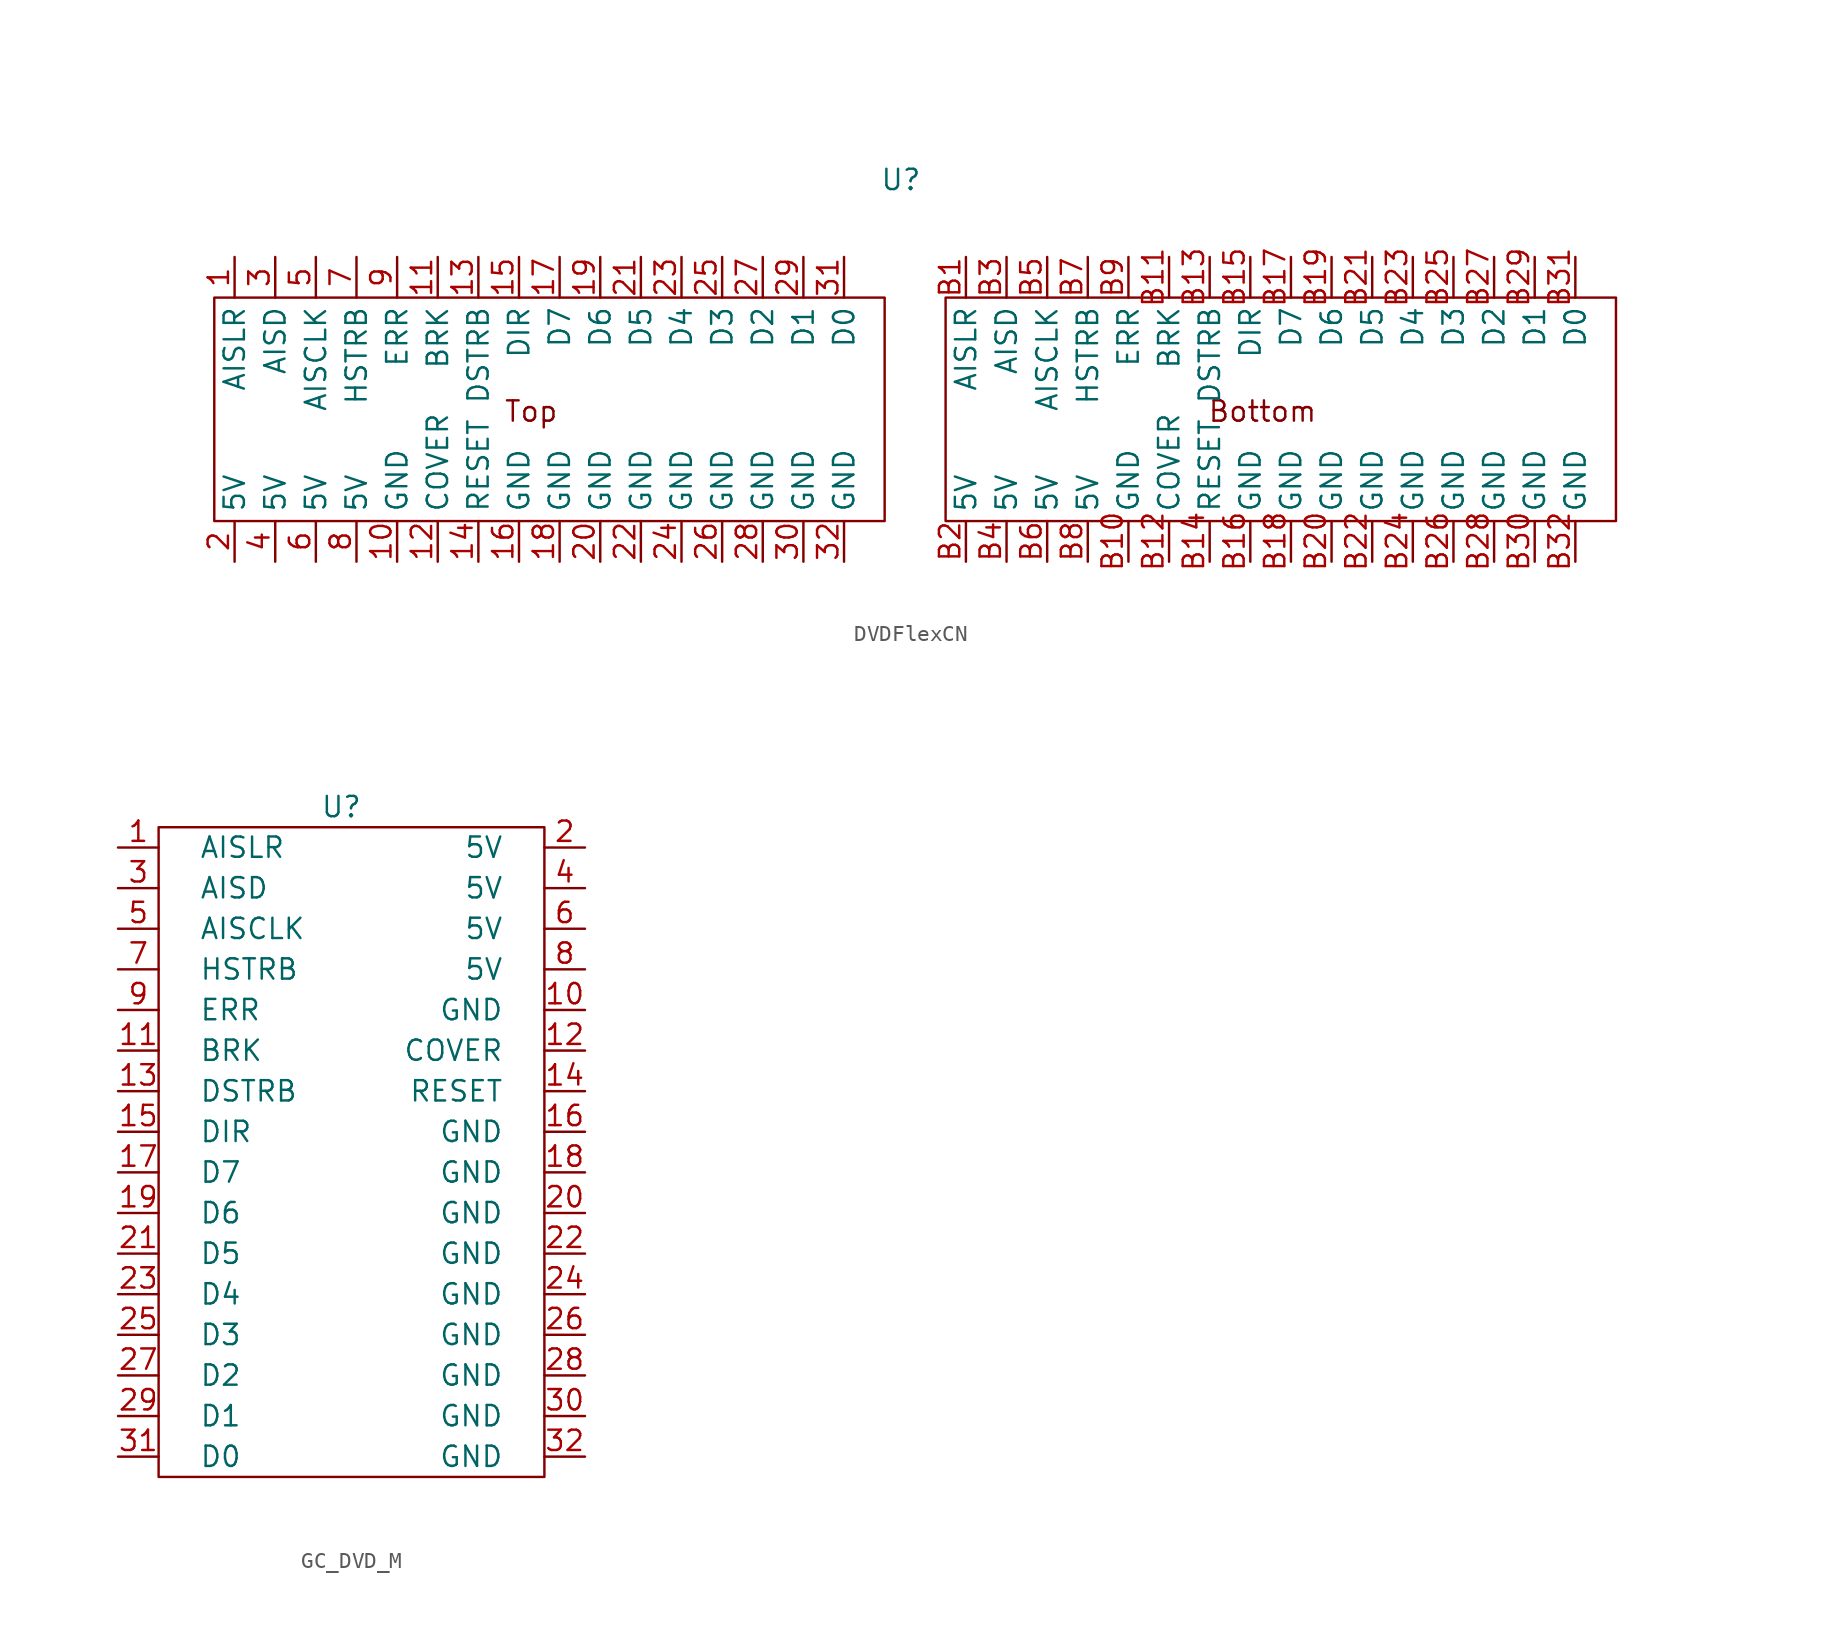
<source format=kicad_sym>
(kicad_symbol_lib
  (version 20241209)
  (generator "kicad_symbol_editor")
  (generator_version "9.0")
  (symbol "DVDFlexCN"
    (property "Reference" "U"
      (at 23.876 -4.064 0)
      (effects (font (size 1.27 1.27))))
    (property "Value" ""
      (at 0 0 0)
      (effects (font (size 1.27 1.27))))
    (property "ki_locked" ""
      (at 0 0 0)
      (effects (font (size 1.27 1.27))))
    (symbol "DVDFlexCN_1_1"
      (rectangle (start -19.05 -11.43) (end 22.86 -25.4) (stroke (width 0) (type default)) (fill (type none)))
      (rectangle (start 26.67 -11.43) (end 68.58 -25.4) (stroke (width 0) (type default)) (fill (type none)))
      (text "Top" (at 0.762 -18.542 0) (effects (font (size 1.27 1.27))))
      (text "Bottom" (at 46.482 -18.542 0) (effects (font (size 1.27 1.27))))
      (pin passive line (at -17.78 -8.89 270) (length 2.54) (name "AISLR" (effects (font (size 1.27 1.27)))) (number "1" (effects (font (size 1.27 1.27)))))
      (pin passive line (at -17.78 -27.94 90) (length 2.54) (name "5V" (effects (font (size 1.27 1.27)))) (number "2" (effects (font (size 1.27 1.27)))))
      (pin passive line (at -15.24 -8.89 270) (length 2.54) (name "AISD" (effects (font (size 1.27 1.27)))) (number "3" (effects (font (size 1.27 1.27)))))
      (pin passive line (at -15.24 -27.94 90) (length 2.54) (name "5V" (effects (font (size 1.27 1.27)))) (number "4" (effects (font (size 1.27 1.27)))))
      (pin passive line (at -12.7 -8.89 270) (length 2.54) (name "AISCLK" (effects (font (size 1.27 1.27)))) (number "5" (effects (font (size 1.27 1.27)))))
      (pin passive line (at -12.7 -27.94 90) (length 2.54) (name "5V" (effects (font (size 1.27 1.27)))) (number "6" (effects (font (size 1.27 1.27)))))
      (pin passive line (at -10.16 -8.89 270) (length 2.54) (name "HSTRB" (effects (font (size 1.27 1.27)))) (number "7" (effects (font (size 1.27 1.27)))))
      (pin passive line (at -10.16 -27.94 90) (length 2.54) (name "5V" (effects (font (size 1.27 1.27)))) (number "8" (effects (font (size 1.27 1.27)))))
      (pin passive line (at -7.62 -8.89 270) (length 2.54) (name "ERR" (effects (font (size 1.27 1.27)))) (number "9" (effects (font (size 1.27 1.27)))))
      (pin passive line (at -7.62 -27.94 90) (length 2.54) (name "GND" (effects (font (size 1.27 1.27)))) (number "10" (effects (font (size 1.27 1.27)))))
      (pin passive line (at -5.08 -8.89 270) (length 2.54) (name "BRK" (effects (font (size 1.27 1.27)))) (number "11" (effects (font (size 1.27 1.27)))))
      (pin passive line (at -5.08 -27.94 90) (length 2.54) (name "COVER" (effects (font (size 1.27 1.27)))) (number "12" (effects (font (size 1.27 1.27)))))
      (pin passive line (at -2.54 -8.89 270) (length 2.54) (name "DSTRB" (effects (font (size 1.27 1.27)))) (number "13" (effects (font (size 1.27 1.27)))))
      (pin passive line (at -2.54 -27.94 90) (length 2.54) (name "RESET" (effects (font (size 1.27 1.27)))) (number "14" (effects (font (size 1.27 1.27)))))
      (pin passive line (at 0 -8.89 270) (length 2.54) (name "DIR" (effects (font (size 1.27 1.27)))) (number "15" (effects (font (size 1.27 1.27)))))
      (pin passive line (at 0 -27.94 90) (length 2.54) (name "GND" (effects (font (size 1.27 1.27)))) (number "16" (effects (font (size 1.27 1.27)))))
      (pin passive line (at 2.54 -8.89 270) (length 2.54) (name "D7" (effects (font (size 1.27 1.27)))) (number "17" (effects (font (size 1.27 1.27)))))
      (pin passive line (at 2.54 -27.94 90) (length 2.54) (name "GND" (effects (font (size 1.27 1.27)))) (number "18" (effects (font (size 1.27 1.27)))))
      (pin passive line (at 5.08 -8.89 270) (length 2.54) (name "D6" (effects (font (size 1.27 1.27)))) (number "19" (effects (font (size 1.27 1.27)))))
      (pin passive line (at 5.08 -27.94 90) (length 2.54) (name "GND" (effects (font (size 1.27 1.27)))) (number "20" (effects (font (size 1.27 1.27)))))
      (pin passive line (at 7.62 -8.89 270) (length 2.54) (name "D5" (effects (font (size 1.27 1.27)))) (number "21" (effects (font (size 1.27 1.27)))))
      (pin passive line (at 7.62 -27.94 90) (length 2.54) (name "GND" (effects (font (size 1.27 1.27)))) (number "22" (effects (font (size 1.27 1.27)))))
      (pin passive line (at 10.16 -8.89 270) (length 2.54) (name "D4" (effects (font (size 1.27 1.27)))) (number "23" (effects (font (size 1.27 1.27)))))
      (pin passive line (at 10.16 -27.94 90) (length 2.54) (name "GND" (effects (font (size 1.27 1.27)))) (number "24" (effects (font (size 1.27 1.27)))))
      (pin passive line (at 12.7 -8.89 270) (length 2.54) (name "D3" (effects (font (size 1.27 1.27)))) (number "25" (effects (font (size 1.27 1.27)))))
      (pin passive line (at 12.7 -27.94 90) (length 2.54) (name "GND" (effects (font (size 1.27 1.27)))) (number "26" (effects (font (size 1.27 1.27)))))
      (pin passive line (at 15.24 -8.89 270) (length 2.54) (name "D2" (effects (font (size 1.27 1.27)))) (number "27" (effects (font (size 1.27 1.27)))))
      (pin passive line (at 15.24 -27.94 90) (length 2.54) (name "GND" (effects (font (size 1.27 1.27)))) (number "28" (effects (font (size 1.27 1.27)))))
      (pin passive line (at 17.78 -8.89 270) (length 2.54) (name "D1" (effects (font (size 1.27 1.27)))) (number "29" (effects (font (size 1.27 1.27)))))
      (pin passive line (at 17.78 -27.94 90) (length 2.54) (name "GND" (effects (font (size 1.27 1.27)))) (number "30" (effects (font (size 1.27 1.27)))))
      (pin passive line (at 20.32 -8.89 270) (length 2.54) (name "D0" (effects (font (size 1.27 1.27)))) (number "31" (effects (font (size 1.27 1.27)))))
      (pin passive line (at 20.32 -27.94 90) (length 2.54) (name "GND" (effects (font (size 1.27 1.27)))) (number "32" (effects (font (size 1.27 1.27)))))
      (pin passive line (at 27.94 -8.89 270) (length 2.54) (name "AISLR" (effects (font (size 1.27 1.27)))) (number "B1" (effects (font (size 1.27 1.27)))))
      (pin passive line (at 27.94 -27.94 90) (length 2.54) (name "5V" (effects (font (size 1.27 1.27)))) (number "B2" (effects (font (size 1.27 1.27)))))
      (pin passive line (at 30.48 -8.89 270) (length 2.54) (name "AISD" (effects (font (size 1.27 1.27)))) (number "B3" (effects (font (size 1.27 1.27)))))
      (pin passive line (at 30.48 -27.94 90) (length 2.54) (name "5V" (effects (font (size 1.27 1.27)))) (number "B4" (effects (font (size 1.27 1.27)))))
      (pin passive line (at 33.02 -8.89 270) (length 2.54) (name "AISCLK" (effects (font (size 1.27 1.27)))) (number "B5" (effects (font (size 1.27 1.27)))))
      (pin passive line (at 33.02 -27.94 90) (length 2.54) (name "5V" (effects (font (size 1.27 1.27)))) (number "B6" (effects (font (size 1.27 1.27)))))
      (pin passive line (at 35.56 -8.89 270) (length 2.54) (name "HSTRB" (effects (font (size 1.27 1.27)))) (number "B7" (effects (font (size 1.27 1.27)))))
      (pin passive line (at 35.56 -27.94 90) (length 2.54) (name "5V" (effects (font (size 1.27 1.27)))) (number "B8" (effects (font (size 1.27 1.27)))))
      (pin passive line (at 38.1 -8.89 270) (length 2.54) (name "ERR" (effects (font (size 1.27 1.27)))) (number "B9" (effects (font (size 1.27 1.27)))))
      (pin passive line (at 38.1 -27.94 90) (length 2.54) (name "GND" (effects (font (size 1.27 1.27)))) (number "B10" (effects (font (size 1.27 1.27)))))
      (pin passive line (at 40.64 -8.89 270) (length 2.54) (name "BRK" (effects (font (size 1.27 1.27)))) (number "B11" (effects (font (size 1.27 1.27)))))
      (pin passive line (at 40.64 -27.94 90) (length 2.54) (name "COVER" (effects (font (size 1.27 1.27)))) (number "B12" (effects (font (size 1.27 1.27)))))
      (pin passive line (at 43.18 -8.89 270) (length 2.54) (name "DSTRB" (effects (font (size 1.27 1.27)))) (number "B13" (effects (font (size 1.27 1.27)))))
      (pin passive line (at 43.18 -27.94 90) (length 2.54) (name "RESET" (effects (font (size 1.27 1.27)))) (number "B14" (effects (font (size 1.27 1.27)))))
      (pin passive line (at 45.72 -8.89 270) (length 2.54) (name "DIR" (effects (font (size 1.27 1.27)))) (number "B15" (effects (font (size 1.27 1.27)))))
      (pin passive line (at 45.72 -27.94 90) (length 2.54) (name "GND" (effects (font (size 1.27 1.27)))) (number "B16" (effects (font (size 1.27 1.27)))))
      (pin passive line (at 48.26 -8.89 270) (length 2.54) (name "D7" (effects (font (size 1.27 1.27)))) (number "B17" (effects (font (size 1.27 1.27)))))
      (pin passive line (at 48.26 -27.94 90) (length 2.54) (name "GND" (effects (font (size 1.27 1.27)))) (number "B18" (effects (font (size 1.27 1.27)))))
      (pin passive line (at 50.8 -8.89 270) (length 2.54) (name "D6" (effects (font (size 1.27 1.27)))) (number "B19" (effects (font (size 1.27 1.27)))))
      (pin passive line (at 50.8 -27.94 90) (length 2.54) (name "GND" (effects (font (size 1.27 1.27)))) (number "B20" (effects (font (size 1.27 1.27)))))
      (pin passive line (at 53.34 -8.89 270) (length 2.54) (name "D5" (effects (font (size 1.27 1.27)))) (number "B21" (effects (font (size 1.27 1.27)))))
      (pin passive line (at 53.34 -27.94 90) (length 2.54) (name "GND" (effects (font (size 1.27 1.27)))) (number "B22" (effects (font (size 1.27 1.27)))))
      (pin passive line (at 55.88 -8.89 270) (length 2.54) (name "D4" (effects (font (size 1.27 1.27)))) (number "B23" (effects (font (size 1.27 1.27)))))
      (pin passive line (at 55.88 -27.94 90) (length 2.54) (name "GND" (effects (font (size 1.27 1.27)))) (number "B24" (effects (font (size 1.27 1.27)))))
      (pin passive line (at 58.42 -8.89 270) (length 2.54) (name "D3" (effects (font (size 1.27 1.27)))) (number "B25" (effects (font (size 1.27 1.27)))))
      (pin passive line (at 58.42 -27.94 90) (length 2.54) (name "GND" (effects (font (size 1.27 1.27)))) (number "B26" (effects (font (size 1.27 1.27)))))
      (pin passive line (at 60.96 -8.89 270) (length 2.54) (name "D2" (effects (font (size 1.27 1.27)))) (number "B27" (effects (font (size 1.27 1.27)))))
      (pin passive line (at 60.96 -27.94 90) (length 2.54) (name "GND" (effects (font (size 1.27 1.27)))) (number "B28" (effects (font (size 1.27 1.27)))))
      (pin passive line (at 63.5 -8.89 270) (length 2.54) (name "D1" (effects (font (size 1.27 1.27)))) (number "B29" (effects (font (size 1.27 1.27)))))
      (pin passive line (at 63.5 -27.94 90) (length 2.54) (name "GND" (effects (font (size 1.27 1.27)))) (number "B30" (effects (font (size 1.27 1.27)))))
      (pin passive line (at 66.04 -8.89 270) (length 2.54) (name "D0" (effects (font (size 1.27 1.27)))) (number "B31" (effects (font (size 1.27 1.27)))))
      (pin passive line (at 66.04 -27.94 90) (length 2.54) (name "GND" (effects (font (size 1.27 1.27)))) (number "B32" (effects (font (size 1.27 1.27)))))))
  (symbol "GC_DVD_M"
    (pin_names
      (offset 2.54))
    (property "Reference" "U"
      (at 0 0 0)
      (effects (font (size 1.27 1.27))))
    (property "Value" ""
      (at 0 0 0)
      (effects (font (size 1.27 1.27))))
    (symbol "GC_DVD_M_0_1"
      (rectangle (start -11.43 -1.27) (end 12.7 -41.91) (stroke (width 0) (type default)) (fill (type none))))
    (symbol "GC_DVD_M_1_1"
      (pin passive line (at -13.97 -2.54 0) (length 2.54) (name "AISLR" (effects (font (size 1.27 1.27)))) (number "1" (effects (font (size 1.27 1.27)))))
      (pin passive line (at -13.97 -5.08 0) (length 2.54) (name "AISD" (effects (font (size 1.27 1.27)))) (number "3" (effects (font (size 1.27 1.27)))))
      (pin passive line (at -13.97 -7.62 0) (length 2.54) (name "AISCLK" (effects (font (size 1.27 1.27)))) (number "5" (effects (font (size 1.27 1.27)))))
      (pin passive line (at -13.97 -10.16 0) (length 2.54) (name "HSTRB" (effects (font (size 1.27 1.27)))) (number "7" (effects (font (size 1.27 1.27)))))
      (pin passive line (at -13.97 -12.7 0) (length 2.54) (name "ERR" (effects (font (size 1.27 1.27)))) (number "9" (effects (font (size 1.27 1.27)))))
      (pin passive line (at -13.97 -15.24 0) (length 2.54) (name "BRK" (effects (font (size 1.27 1.27)))) (number "11" (effects (font (size 1.27 1.27)))))
      (pin passive line (at -13.97 -17.78 0) (length 2.54) (name "DSTRB" (effects (font (size 1.27 1.27)))) (number "13" (effects (font (size 1.27 1.27)))))
      (pin passive line (at -13.97 -20.32 0) (length 2.54) (name "DIR" (effects (font (size 1.27 1.27)))) (number "15" (effects (font (size 1.27 1.27)))))
      (pin passive line (at -13.97 -22.86 0) (length 2.54) (name "D7" (effects (font (size 1.27 1.27)))) (number "17" (effects (font (size 1.27 1.27)))))
      (pin passive line (at -13.97 -25.4 0) (length 2.54) (name "D6" (effects (font (size 1.27 1.27)))) (number "19" (effects (font (size 1.27 1.27)))))
      (pin passive line (at -13.97 -27.94 0) (length 2.54) (name "D5" (effects (font (size 1.27 1.27)))) (number "21" (effects (font (size 1.27 1.27)))))
      (pin passive line (at -13.97 -30.48 0) (length 2.54) (name "D4" (effects (font (size 1.27 1.27)))) (number "23" (effects (font (size 1.27 1.27)))))
      (pin passive line (at -13.97 -33.02 0) (length 2.54) (name "D3" (effects (font (size 1.27 1.27)))) (number "25" (effects (font (size 1.27 1.27)))))
      (pin passive line (at -13.97 -35.56 0) (length 2.54) (name "D2" (effects (font (size 1.27 1.27)))) (number "27" (effects (font (size 1.27 1.27)))))
      (pin passive line (at -13.97 -38.1 0) (length 2.54) (name "D1" (effects (font (size 1.27 1.27)))) (number "29" (effects (font (size 1.27 1.27)))))
      (pin passive line (at -13.97 -40.64 0) (length 2.54) (name "D0" (effects (font (size 1.27 1.27)))) (number "31" (effects (font (size 1.27 1.27)))))
      (pin passive line (at 15.24 -2.54 180) (length 2.54) (name "5V" (effects (font (size 1.27 1.27)))) (number "2" (effects (font (size 1.27 1.27)))))
      (pin passive line (at 15.24 -5.08 180) (length 2.54) (name "5V" (effects (font (size 1.27 1.27)))) (number "4" (effects (font (size 1.27 1.27)))))
      (pin passive line (at 15.24 -7.62 180) (length 2.54) (name "5V" (effects (font (size 1.27 1.27)))) (number "6" (effects (font (size 1.27 1.27)))))
      (pin passive line (at 15.24 -10.16 180) (length 2.54) (name "5V" (effects (font (size 1.27 1.27)))) (number "8" (effects (font (size 1.27 1.27)))))
      (pin passive line (at 15.24 -12.7 180) (length 2.54) (name "GND" (effects (font (size 1.27 1.27)))) (number "10" (effects (font (size 1.27 1.27)))))
      (pin passive line (at 15.24 -15.24 180) (length 2.54) (name "COVER" (effects (font (size 1.27 1.27)))) (number "12" (effects (font (size 1.27 1.27)))))
      (pin passive line (at 15.24 -17.78 180) (length 2.54) (name "RESET" (effects (font (size 1.27 1.27)))) (number "14" (effects (font (size 1.27 1.27)))))
      (pin passive line (at 15.24 -20.32 180) (length 2.54) (name "GND" (effects (font (size 1.27 1.27)))) (number "16" (effects (font (size 1.27 1.27)))))
      (pin passive line (at 15.24 -22.86 180) (length 2.54) (name "GND" (effects (font (size 1.27 1.27)))) (number "18" (effects (font (size 1.27 1.27)))))
      (pin passive line (at 15.24 -25.4 180) (length 2.54) (name "GND" (effects (font (size 1.27 1.27)))) (number "20" (effects (font (size 1.27 1.27)))))
      (pin passive line (at 15.24 -27.94 180) (length 2.54) (name "GND" (effects (font (size 1.27 1.27)))) (number "22" (effects (font (size 1.27 1.27)))))
      (pin passive line (at 15.24 -30.48 180) (length 2.54) (name "GND" (effects (font (size 1.27 1.27)))) (number "24" (effects (font (size 1.27 1.27)))))
      (pin passive line (at 15.24 -33.02 180) (length 2.54) (name "GND" (effects (font (size 1.27 1.27)))) (number "26" (effects (font (size 1.27 1.27)))))
      (pin passive line (at 15.24 -35.56 180) (length 2.54) (name "GND" (effects (font (size 1.27 1.27)))) (number "28" (effects (font (size 1.27 1.27)))))
      (pin passive line (at 15.24 -38.1 180) (length 2.54) (name "GND" (effects (font (size 1.27 1.27)))) (number "30" (effects (font (size 1.27 1.27)))))
      (pin passive line (at 15.24 -40.64 180) (length 2.54) (name "GND" (effects (font (size 1.27 1.27)))) (number "32" (effects (font (size 1.27 1.27))))))))
</source>
